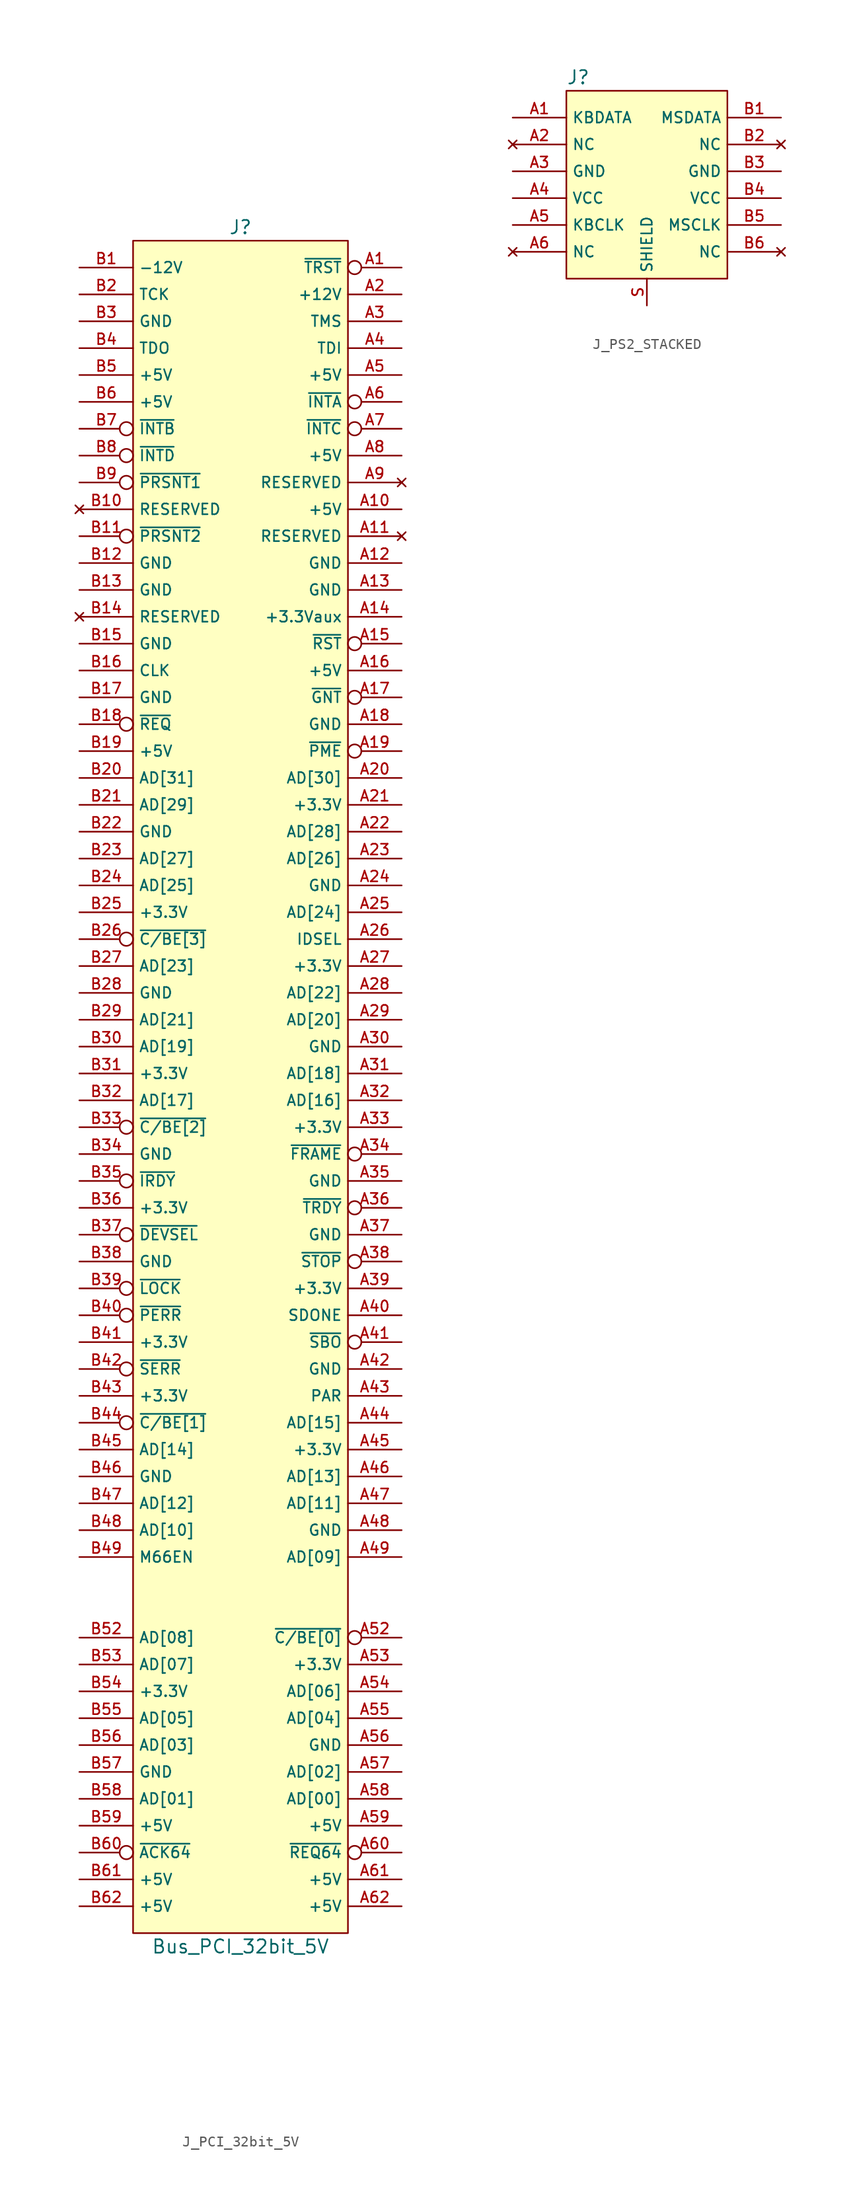
<source format=kicad_sym>
(kicad_symbol_lib
  (version 20220914)
  (generator kicad_symbol_editor)
  (symbol "J_PCI_32bit_5V"
    (property "Reference" "J"
      (at 0 80.01 0)
      (effects (font (size 1.27 1.27))))
    (property "Value" "Bus_PCI_32bit_5V"
      (at 0 -82.55 0)
      (effects (font (size 1.27 1.27))))
    (symbol "J_PCI_32bit_5V_0_1"
      (rectangle (start -10.16 78.74) (end 10.16 -81.28) (stroke (width 0) (type default)) (fill (type background))))
    (symbol "J_PCI_32bit_5V_1_1"
      (pin output inverted (at 15.24 76.2 180) (length 5.08) (name "~{TRST}" (effects (font (size 1.016 1.016)))) (number "A1" (effects (font (size 1.016 1.016)))))
      (pin power_in line (at 15.24 53.34 180) (length 5.08) (name "+5V" (effects (font (size 1.016 1.016)))) (number "A10" (effects (font (size 1.016 1.016)))))
      (pin no_connect line (at 15.24 50.8 180) (length 5.08) (name "RESERVED" (effects (font (size 1.016 1.016)))) (number "A11" (effects (font (size 1.016 1.016)))))
      (pin power_in line (at 15.24 48.26 180) (length 5.08) (name "GND" (effects (font (size 1.016 1.016)))) (number "A12" (effects (font (size 1.016 1.016)))))
      (pin power_in line (at 15.24 45.72 180) (length 5.08) (name "GND" (effects (font (size 1.016 1.016)))) (number "A13" (effects (font (size 1.016 1.016)))))
      (pin power_in line (at 15.24 43.18 180) (length 5.08) (name "+3.3Vaux" (effects (font (size 1.016 1.016)))) (number "A14" (effects (font (size 1.016 1.016)))))
      (pin input inverted (at 15.24 40.64 180) (length 5.08) (name "~{RST}" (effects (font (size 1.016 1.016)))) (number "A15" (effects (font (size 1.016 1.016)))))
      (pin power_in line (at 15.24 38.1 180) (length 5.08) (name "+5V" (effects (font (size 1.016 1.016)))) (number "A16" (effects (font (size 1.016 1.016)))))
      (pin bidirectional inverted (at 15.24 35.56 180) (length 5.08) (name "~{GNT}" (effects (font (size 1.016 1.016)))) (number "A17" (effects (font (size 1.016 1.016)))))
      (pin power_in line (at 15.24 33.02 180) (length 5.08) (name "GND" (effects (font (size 1.016 1.016)))) (number "A18" (effects (font (size 1.016 1.016)))))
      (pin input inverted (at 15.24 30.48 180) (length 5.08) (name "~{PME}" (effects (font (size 1.016 1.016)))) (number "A19" (effects (font (size 1.016 1.016)))))
      (pin power_in line (at 15.24 73.66 180) (length 5.08) (name "+12V" (effects (font (size 1.016 1.016)))) (number "A2" (effects (font (size 1.016 1.016)))))
      (pin bidirectional line (at 15.24 27.94 180) (length 5.08) (name "AD[30]" (effects (font (size 1.016 1.016)))) (number "A20" (effects (font (size 1.016 1.016)))))
      (pin power_in line (at 15.24 25.4 180) (length 5.08) (name "+3.3V" (effects (font (size 1.016 1.016)))) (number "A21" (effects (font (size 1.016 1.016)))))
      (pin bidirectional line (at 15.24 22.86 180) (length 5.08) (name "AD[28]" (effects (font (size 1.016 1.016)))) (number "A22" (effects (font (size 1.016 1.016)))))
      (pin bidirectional line (at 15.24 20.32 180) (length 5.08) (name "AD[26]" (effects (font (size 1.016 1.016)))) (number "A23" (effects (font (size 1.016 1.016)))))
      (pin power_in line (at 15.24 17.78 180) (length 5.08) (name "GND" (effects (font (size 1.016 1.016)))) (number "A24" (effects (font (size 1.016 1.016)))))
      (pin bidirectional line (at 15.24 15.24 180) (length 5.08) (name "AD[24]" (effects (font (size 1.016 1.016)))) (number "A25" (effects (font (size 1.016 1.016)))))
      (pin output line (at 15.24 12.7 180) (length 5.08) (name "IDSEL" (effects (font (size 1.016 1.016)))) (number "A26" (effects (font (size 1.016 1.016)))))
      (pin power_in line (at 15.24 10.16 180) (length 5.08) (name "+3.3V" (effects (font (size 1.016 1.016)))) (number "A27" (effects (font (size 1.016 1.016)))))
      (pin bidirectional line (at 15.24 7.62 180) (length 5.08) (name "AD[22]" (effects (font (size 1.016 1.016)))) (number "A28" (effects (font (size 1.016 1.016)))))
      (pin bidirectional line (at 15.24 5.08 180) (length 5.08) (name "AD[20]" (effects (font (size 1.016 1.016)))) (number "A29" (effects (font (size 1.016 1.016)))))
      (pin output line (at 15.24 71.12 180) (length 5.08) (name "TMS" (effects (font (size 1.016 1.016)))) (number "A3" (effects (font (size 1.016 1.016)))))
      (pin power_in line (at 15.24 2.54 180) (length 5.08) (name "GND" (effects (font (size 1.016 1.016)))) (number "A30" (effects (font (size 1.016 1.016)))))
      (pin bidirectional line (at 15.24 0 180) (length 5.08) (name "AD[18]" (effects (font (size 1.016 1.016)))) (number "A31" (effects (font (size 1.016 1.016)))))
      (pin bidirectional line (at 15.24 -2.54 180) (length 5.08) (name "AD[16]" (effects (font (size 1.016 1.016)))) (number "A32" (effects (font (size 1.016 1.016)))))
      (pin power_in line (at 15.24 -5.08 180) (length 5.08) (name "+3.3V" (effects (font (size 1.016 1.016)))) (number "A33" (effects (font (size 1.016 1.016)))))
      (pin bidirectional inverted (at 15.24 -7.62 180) (length 5.08) (name "~{FRAME}" (effects (font (size 1.016 1.016)))) (number "A34" (effects (font (size 1.016 1.016)))))
      (pin power_in line (at 15.24 -10.16 180) (length 5.08) (name "GND" (effects (font (size 1.016 1.016)))) (number "A35" (effects (font (size 1.016 1.016)))))
      (pin bidirectional inverted (at 15.24 -12.7 180) (length 5.08) (name "~{TRDY}" (effects (font (size 1.016 1.016)))) (number "A36" (effects (font (size 1.016 1.016)))))
      (pin power_in line (at 15.24 -15.24 180) (length 5.08) (name "GND" (effects (font (size 1.016 1.016)))) (number "A37" (effects (font (size 1.016 1.016)))))
      (pin bidirectional inverted (at 15.24 -17.78 180) (length 5.08) (name "~{STOP}" (effects (font (size 1.016 1.016)))) (number "A38" (effects (font (size 1.016 1.016)))))
      (pin power_in line (at 15.24 -20.32 180) (length 5.08) (name "+3.3V" (effects (font (size 1.016 1.016)))) (number "A39" (effects (font (size 1.016 1.016)))))
      (pin output line (at 15.24 68.58 180) (length 5.08) (name "TDI" (effects (font (size 1.016 1.016)))) (number "A4" (effects (font (size 1.016 1.016)))))
      (pin bidirectional line (at 15.24 -22.86 180) (length 5.08) (name "SDONE" (effects (font (size 1.016 1.016)))) (number "A40" (effects (font (size 1.016 1.016)))))
      (pin bidirectional inverted (at 15.24 -25.4 180) (length 5.08) (name "~{SBO}" (effects (font (size 1.016 1.016)))) (number "A41" (effects (font (size 1.016 1.016)))))
      (pin power_in line (at 15.24 -27.94 180) (length 5.08) (name "GND" (effects (font (size 1.016 1.016)))) (number "A42" (effects (font (size 1.016 1.016)))))
      (pin bidirectional line (at 15.24 -30.48 180) (length 5.08) (name "PAR" (effects (font (size 1.016 1.016)))) (number "A43" (effects (font (size 1.016 1.016)))))
      (pin bidirectional line (at 15.24 -33.02 180) (length 5.08) (name "AD[15]" (effects (font (size 1.016 1.016)))) (number "A44" (effects (font (size 1.016 1.016)))))
      (pin power_in line (at 15.24 -35.56 180) (length 5.08) (name "+3.3V" (effects (font (size 1.016 1.016)))) (number "A45" (effects (font (size 1.016 1.016)))))
      (pin bidirectional line (at 15.24 -38.1 180) (length 5.08) (name "AD[13]" (effects (font (size 1.016 1.016)))) (number "A46" (effects (font (size 1.016 1.016)))))
      (pin bidirectional line (at 15.24 -40.64 180) (length 5.08) (name "AD[11]" (effects (font (size 1.016 1.016)))) (number "A47" (effects (font (size 1.016 1.016)))))
      (pin power_in line (at 15.24 -43.18 180) (length 5.08) (name "GND" (effects (font (size 1.016 1.016)))) (number "A48" (effects (font (size 1.016 1.016)))))
      (pin bidirectional line (at 15.24 -45.72 180) (length 5.08) (name "AD[09]" (effects (font (size 1.016 1.016)))) (number "A49" (effects (font (size 1.016 1.016)))))
      (pin power_in line (at 15.24 66.04 180) (length 5.08) (name "+5V" (effects (font (size 1.016 1.016)))) (number "A5" (effects (font (size 1.016 1.016)))))
      (pin bidirectional inverted (at 15.24 -53.34 180) (length 5.08) (name "~{C/BE[0]}" (effects (font (size 1.016 1.016)))) (number "A52" (effects (font (size 1.016 1.016)))))
      (pin power_in line (at 15.24 -55.88 180) (length 5.08) (name "+3.3V" (effects (font (size 1.016 1.016)))) (number "A53" (effects (font (size 1.016 1.016)))))
      (pin bidirectional line (at 15.24 -58.42 180) (length 5.08) (name "AD[06]" (effects (font (size 1.016 1.016)))) (number "A54" (effects (font (size 1.016 1.016)))))
      (pin bidirectional line (at 15.24 -60.96 180) (length 5.08) (name "AD[04]" (effects (font (size 1.016 1.016)))) (number "A55" (effects (font (size 1.016 1.016)))))
      (pin power_in line (at 15.24 -63.5 180) (length 5.08) (name "GND" (effects (font (size 1.016 1.016)))) (number "A56" (effects (font (size 1.016 1.016)))))
      (pin bidirectional line (at 15.24 -66.04 180) (length 5.08) (name "AD[02]" (effects (font (size 1.016 1.016)))) (number "A57" (effects (font (size 1.016 1.016)))))
      (pin bidirectional line (at 15.24 -68.58 180) (length 5.08) (name "AD[00]" (effects (font (size 1.016 1.016)))) (number "A58" (effects (font (size 1.016 1.016)))))
      (pin power_in line (at 15.24 -71.12 180) (length 5.08) (name "+5V" (effects (font (size 1.016 1.016)))) (number "A59" (effects (font (size 1.016 1.016)))))
      (pin input inverted (at 15.24 63.5 180) (length 5.08) (name "~{INTA}" (effects (font (size 1.016 1.016)))) (number "A6" (effects (font (size 1.016 1.016)))))
      (pin bidirectional inverted (at 15.24 -73.66 180) (length 5.08) (name "~{REQ64}" (effects (font (size 1.016 1.016)))) (number "A60" (effects (font (size 1.016 1.016)))))
      (pin power_in line (at 15.24 -76.2 180) (length 5.08) (name "+5V" (effects (font (size 1.016 1.016)))) (number "A61" (effects (font (size 1.016 1.016)))))
      (pin power_in line (at 15.24 -78.74 180) (length 5.08) (name "+5V" (effects (font (size 1.016 1.016)))) (number "A62" (effects (font (size 1.016 1.016)))))
      (pin input inverted (at 15.24 60.96 180) (length 5.08) (name "~{INTC}" (effects (font (size 1.016 1.016)))) (number "A7" (effects (font (size 1.016 1.016)))))
      (pin power_in line (at 15.24 58.42 180) (length 5.08) (name "+5V" (effects (font (size 1.016 1.016)))) (number "A8" (effects (font (size 1.016 1.016)))))
      (pin no_connect line (at 15.24 55.88 180) (length 5.08) (name "RESERVED" (effects (font (size 1.016 1.016)))) (number "A9" (effects (font (size 1.016 1.016)))))
      (pin power_in line (at -15.24 76.2 0) (length 5.08) (name "-12V" (effects (font (size 1.016 1.016)))) (number "B1" (effects (font (size 1.016 1.016)))))
      (pin no_connect line (at -15.24 53.34 0) (length 5.08) (name "RESERVED" (effects (font (size 1.016 1.016)))) (number "B10" (effects (font (size 1.016 1.016)))))
      (pin input inverted (at -15.24 50.8 0) (length 5.08) (name "~{PRSNT2}" (effects (font (size 1.016 1.016)))) (number "B11" (effects (font (size 1.016 1.016)))))
      (pin power_in line (at -15.24 48.26 0) (length 5.08) (name "GND" (effects (font (size 1.016 1.016)))) (number "B12" (effects (font (size 1.016 1.016)))))
      (pin power_in line (at -15.24 45.72 0) (length 5.08) (name "GND" (effects (font (size 1.016 1.016)))) (number "B13" (effects (font (size 1.016 1.016)))))
      (pin no_connect line (at -15.24 43.18 0) (length 5.08) (name "RESERVED" (effects (font (size 1.016 1.016)))) (number "B14" (effects (font (size 1.016 1.016)))))
      (pin power_in line (at -15.24 40.64 0) (length 5.08) (name "GND" (effects (font (size 1.016 1.016)))) (number "B15" (effects (font (size 1.016 1.016)))))
      (pin input line (at -15.24 38.1 0) (length 5.08) (name "CLK" (effects (font (size 1.016 1.016)))) (number "B16" (effects (font (size 1.016 1.016)))))
      (pin power_in line (at -15.24 35.56 0) (length 5.08) (name "GND" (effects (font (size 1.016 1.016)))) (number "B17" (effects (font (size 1.016 1.016)))))
      (pin bidirectional inverted (at -15.24 33.02 0) (length 5.08) (name "~{REQ}" (effects (font (size 1.016 1.016)))) (number "B18" (effects (font (size 1.016 1.016)))))
      (pin power_in line (at -15.24 30.48 0) (length 5.08) (name "+5V" (effects (font (size 1.016 1.016)))) (number "B19" (effects (font (size 1.016 1.016)))))
      (pin output line (at -15.24 73.66 0) (length 5.08) (name "TCK" (effects (font (size 1.016 1.016)))) (number "B2" (effects (font (size 1.016 1.016)))))
      (pin bidirectional line (at -15.24 27.94 0) (length 5.08) (name "AD[31]" (effects (font (size 1.016 1.016)))) (number "B20" (effects (font (size 1.016 1.016)))))
      (pin bidirectional line (at -15.24 25.4 0) (length 5.08) (name "AD[29]" (effects (font (size 1.016 1.016)))) (number "B21" (effects (font (size 1.016 1.016)))))
      (pin power_in line (at -15.24 22.86 0) (length 5.08) (name "GND" (effects (font (size 1.016 1.016)))) (number "B22" (effects (font (size 1.016 1.016)))))
      (pin bidirectional line (at -15.24 20.32 0) (length 5.08) (name "AD[27]" (effects (font (size 1.016 1.016)))) (number "B23" (effects (font (size 1.016 1.016)))))
      (pin bidirectional line (at -15.24 17.78 0) (length 5.08) (name "AD[25]" (effects (font (size 1.016 1.016)))) (number "B24" (effects (font (size 1.016 1.016)))))
      (pin power_in line (at -15.24 15.24 0) (length 5.08) (name "+3.3V" (effects (font (size 1.016 1.016)))) (number "B25" (effects (font (size 1.016 1.016)))))
      (pin bidirectional inverted (at -15.24 12.7 0) (length 5.08) (name "~{C/BE[3]}" (effects (font (size 1.016 1.016)))) (number "B26" (effects (font (size 1.016 1.016)))))
      (pin bidirectional line (at -15.24 10.16 0) (length 5.08) (name "AD[23]" (effects (font (size 1.016 1.016)))) (number "B27" (effects (font (size 1.016 1.016)))))
      (pin power_in line (at -15.24 7.62 0) (length 5.08) (name "GND" (effects (font (size 1.016 1.016)))) (number "B28" (effects (font (size 1.016 1.016)))))
      (pin bidirectional line (at -15.24 5.08 0) (length 5.08) (name "AD[21]" (effects (font (size 1.016 1.016)))) (number "B29" (effects (font (size 1.016 1.016)))))
      (pin power_in line (at -15.24 71.12 0) (length 5.08) (name "GND" (effects (font (size 1.016 1.016)))) (number "B3" (effects (font (size 1.016 1.016)))))
      (pin bidirectional line (at -15.24 2.54 0) (length 5.08) (name "AD[19]" (effects (font (size 1.016 1.016)))) (number "B30" (effects (font (size 1.016 1.016)))))
      (pin power_in line (at -15.24 0 0) (length 5.08) (name "+3.3V" (effects (font (size 1.016 1.016)))) (number "B31" (effects (font (size 1.016 1.016)))))
      (pin bidirectional line (at -15.24 -2.54 0) (length 5.08) (name "AD[17]" (effects (font (size 1.016 1.016)))) (number "B32" (effects (font (size 1.016 1.016)))))
      (pin bidirectional inverted (at -15.24 -5.08 0) (length 5.08) (name "~{C/BE[2]}" (effects (font (size 1.016 1.016)))) (number "B33" (effects (font (size 1.016 1.016)))))
      (pin power_in line (at -15.24 -7.62 0) (length 5.08) (name "GND" (effects (font (size 1.016 1.016)))) (number "B34" (effects (font (size 1.016 1.016)))))
      (pin bidirectional inverted (at -15.24 -10.16 0) (length 5.08) (name "~{IRDY}" (effects (font (size 1.016 1.016)))) (number "B35" (effects (font (size 1.016 1.016)))))
      (pin power_in line (at -15.24 -12.7 0) (length 5.08) (name "+3.3V" (effects (font (size 1.016 1.016)))) (number "B36" (effects (font (size 1.016 1.016)))))
      (pin bidirectional inverted (at -15.24 -15.24 0) (length 5.08) (name "~{DEVSEL}" (effects (font (size 1.016 1.016)))) (number "B37" (effects (font (size 1.016 1.016)))))
      (pin power_in line (at -15.24 -17.78 0) (length 5.08) (name "GND" (effects (font (size 1.016 1.016)))) (number "B38" (effects (font (size 1.016 1.016)))))
      (pin bidirectional inverted (at -15.24 -20.32 0) (length 5.08) (name "~{LOCK}" (effects (font (size 1.016 1.016)))) (number "B39" (effects (font (size 1.016 1.016)))))
      (pin input line (at -15.24 68.58 0) (length 5.08) (name "TDO" (effects (font (size 1.016 1.016)))) (number "B4" (effects (font (size 1.016 1.016)))))
      (pin bidirectional inverted (at -15.24 -22.86 0) (length 5.08) (name "~{PERR}" (effects (font (size 1.016 1.016)))) (number "B40" (effects (font (size 1.016 1.016)))))
      (pin power_in line (at -15.24 -25.4 0) (length 5.08) (name "+3.3V" (effects (font (size 1.016 1.016)))) (number "B41" (effects (font (size 1.016 1.016)))))
      (pin input inverted (at -15.24 -27.94 0) (length 5.08) (name "~{SERR}" (effects (font (size 1.016 1.016)))) (number "B42" (effects (font (size 1.016 1.016)))))
      (pin power_in line (at -15.24 -30.48 0) (length 5.08) (name "+3.3V" (effects (font (size 1.016 1.016)))) (number "B43" (effects (font (size 1.016 1.016)))))
      (pin bidirectional inverted (at -15.24 -33.02 0) (length 5.08) (name "~{C/BE[1]}" (effects (font (size 1.016 1.016)))) (number "B44" (effects (font (size 1.016 1.016)))))
      (pin bidirectional line (at -15.24 -35.56 0) (length 5.08) (name "AD[14]" (effects (font (size 1.016 1.016)))) (number "B45" (effects (font (size 1.016 1.016)))))
      (pin power_in line (at -15.24 -38.1 0) (length 5.08) (name "GND" (effects (font (size 1.016 1.016)))) (number "B46" (effects (font (size 1.016 1.016)))))
      (pin bidirectional line (at -15.24 -40.64 0) (length 5.08) (name "AD[12]" (effects (font (size 1.016 1.016)))) (number "B47" (effects (font (size 1.016 1.016)))))
      (pin bidirectional line (at -15.24 -43.18 0) (length 5.08) (name "AD[10]" (effects (font (size 1.016 1.016)))) (number "B48" (effects (font (size 1.016 1.016)))))
      (pin input line (at -15.24 -45.72 0) (length 5.08) (name "M66EN" (effects (font (size 1.016 1.016)))) (number "B49" (effects (font (size 1.016 1.016)))))
      (pin power_in line (at -15.24 66.04 0) (length 5.08) (name "+5V" (effects (font (size 1.016 1.016)))) (number "B5" (effects (font (size 1.016 1.016)))))
      (pin bidirectional line (at -15.24 -53.34 0) (length 5.08) (name "AD[08]" (effects (font (size 1.016 1.016)))) (number "B52" (effects (font (size 1.016 1.016)))))
      (pin bidirectional line (at -15.24 -55.88 0) (length 5.08) (name "AD[07]" (effects (font (size 1.016 1.016)))) (number "B53" (effects (font (size 1.016 1.016)))))
      (pin input line (at -15.24 -58.42 0) (length 5.08) (name "+3.3V" (effects (font (size 1.016 1.016)))) (number "B54" (effects (font (size 1.016 1.016)))))
      (pin bidirectional line (at -15.24 -60.96 0) (length 5.08) (name "AD[05]" (effects (font (size 1.016 1.016)))) (number "B55" (effects (font (size 1.016 1.016)))))
      (pin bidirectional line (at -15.24 -63.5 0) (length 5.08) (name "AD[03]" (effects (font (size 1.016 1.016)))) (number "B56" (effects (font (size 1.016 1.016)))))
      (pin power_in line (at -15.24 -66.04 0) (length 5.08) (name "GND" (effects (font (size 1.016 1.016)))) (number "B57" (effects (font (size 1.016 1.016)))))
      (pin bidirectional line (at -15.24 -68.58 0) (length 5.08) (name "AD[01]" (effects (font (size 1.016 1.016)))) (number "B58" (effects (font (size 1.016 1.016)))))
      (pin power_in line (at -15.24 -71.12 0) (length 5.08) (name "+5V" (effects (font (size 1.016 1.016)))) (number "B59" (effects (font (size 1.016 1.016)))))
      (pin power_in line (at -15.24 63.5 0) (length 5.08) (name "+5V" (effects (font (size 1.016 1.016)))) (number "B6" (effects (font (size 1.016 1.016)))))
      (pin bidirectional inverted (at -15.24 -73.66 0) (length 5.08) (name "~{ACK64}" (effects (font (size 1.016 1.016)))) (number "B60" (effects (font (size 1.016 1.016)))))
      (pin power_in line (at -15.24 -76.2 0) (length 5.08) (name "+5V" (effects (font (size 1.016 1.016)))) (number "B61" (effects (font (size 1.016 1.016)))))
      (pin power_in line (at -15.24 -78.74 0) (length 5.08) (name "+5V" (effects (font (size 1.016 1.016)))) (number "B62" (effects (font (size 1.016 1.016)))))
      (pin input inverted (at -15.24 60.96 0) (length 5.08) (name "~{INTB}" (effects (font (size 1.016 1.016)))) (number "B7" (effects (font (size 1.016 1.016)))))
      (pin input inverted (at -15.24 58.42 0) (length 5.08) (name "~{INTD}" (effects (font (size 1.016 1.016)))) (number "B8" (effects (font (size 1.016 1.016)))))
      (pin input inverted (at -15.24 55.88 0) (length 5.08) (name "~{PRSNT1}" (effects (font (size 1.016 1.016)))) (number "B9" (effects (font (size 1.016 1.016)))))))
  (symbol "J_PS2_STACKED"
    (property "Reference" "J"
      (at -7.62 12.7 0)
      (effects (font (size 1.27 1.27)) (justify left)))
    (property "Value" ""
      (at 0 0 0)
      (effects (font (size 1.27 1.27))))
    (symbol "J_PS2_STACKED_0_1"
      (rectangle (start -7.62 11.43) (end 7.62 -6.35) (stroke (width 0) (type default)) (fill (type background))))
    (symbol "J_PS2_STACKED_1_1"
      (pin passive line (at -12.7 8.89 0) (length 5.08) (name "KBDATA" (effects (font (size 1.016 1.016)))) (number "A1" (effects (font (size 1.016 1.016)))))
      (pin no_connect line (at -12.7 6.35 0) (length 5.08) (name "NC" (effects (font (size 1.016 1.016)))) (number "A2" (effects (font (size 1.016 1.016)))))
      (pin power_in line (at -12.7 3.81 0) (length 5.08) (name "GND" (effects (font (size 1.016 1.016)))) (number "A3" (effects (font (size 1.016 1.016)))))
      (pin power_in line (at -12.7 1.27 0) (length 5.08) (name "VCC" (effects (font (size 1.016 1.016)))) (number "A4" (effects (font (size 1.016 1.016)))))
      (pin passive line (at -12.7 -1.27 0) (length 5.08) (name "KBCLK" (effects (font (size 1.016 1.016)))) (number "A5" (effects (font (size 1.016 1.016)))))
      (pin no_connect line (at -12.7 -3.81 0) (length 5.08) (name "NC" (effects (font (size 1.016 1.016)))) (number "A6" (effects (font (size 1.016 1.016)))))
      (pin passive line (at 12.7 8.89 180) (length 5.08) (name "MSDATA" (effects (font (size 1.016 1.016)))) (number "B1" (effects (font (size 1.016 1.016)))))
      (pin no_connect line (at 12.7 6.35 180) (length 5.08) (name "NC" (effects (font (size 1.016 1.016)))) (number "B2" (effects (font (size 1.016 1.016)))))
      (pin power_in line (at 12.7 3.81 180) (length 5.08) (name "GND" (effects (font (size 1.016 1.016)))) (number "B3" (effects (font (size 1.016 1.016)))))
      (pin power_in line (at 12.7 1.27 180) (length 5.08) (name "VCC" (effects (font (size 1.016 1.016)))) (number "B4" (effects (font (size 1.016 1.016)))))
      (pin passive line (at 12.7 -1.27 180) (length 5.08) (name "MSCLK" (effects (font (size 1.016 1.016)))) (number "B5" (effects (font (size 1.016 1.016)))))
      (pin no_connect line (at 12.7 -3.81 180) (length 5.08) (name "NC" (effects (font (size 1.016 1.016)))) (number "B6" (effects (font (size 1.016 1.016)))))
      (pin passive line (at 0 -8.89 90) (length 2.54) (name "SHIELD" (effects (font (size 1.016 1.016)))) (number "S" (effects (font (size 1.016 1.016))))))))
</source>
